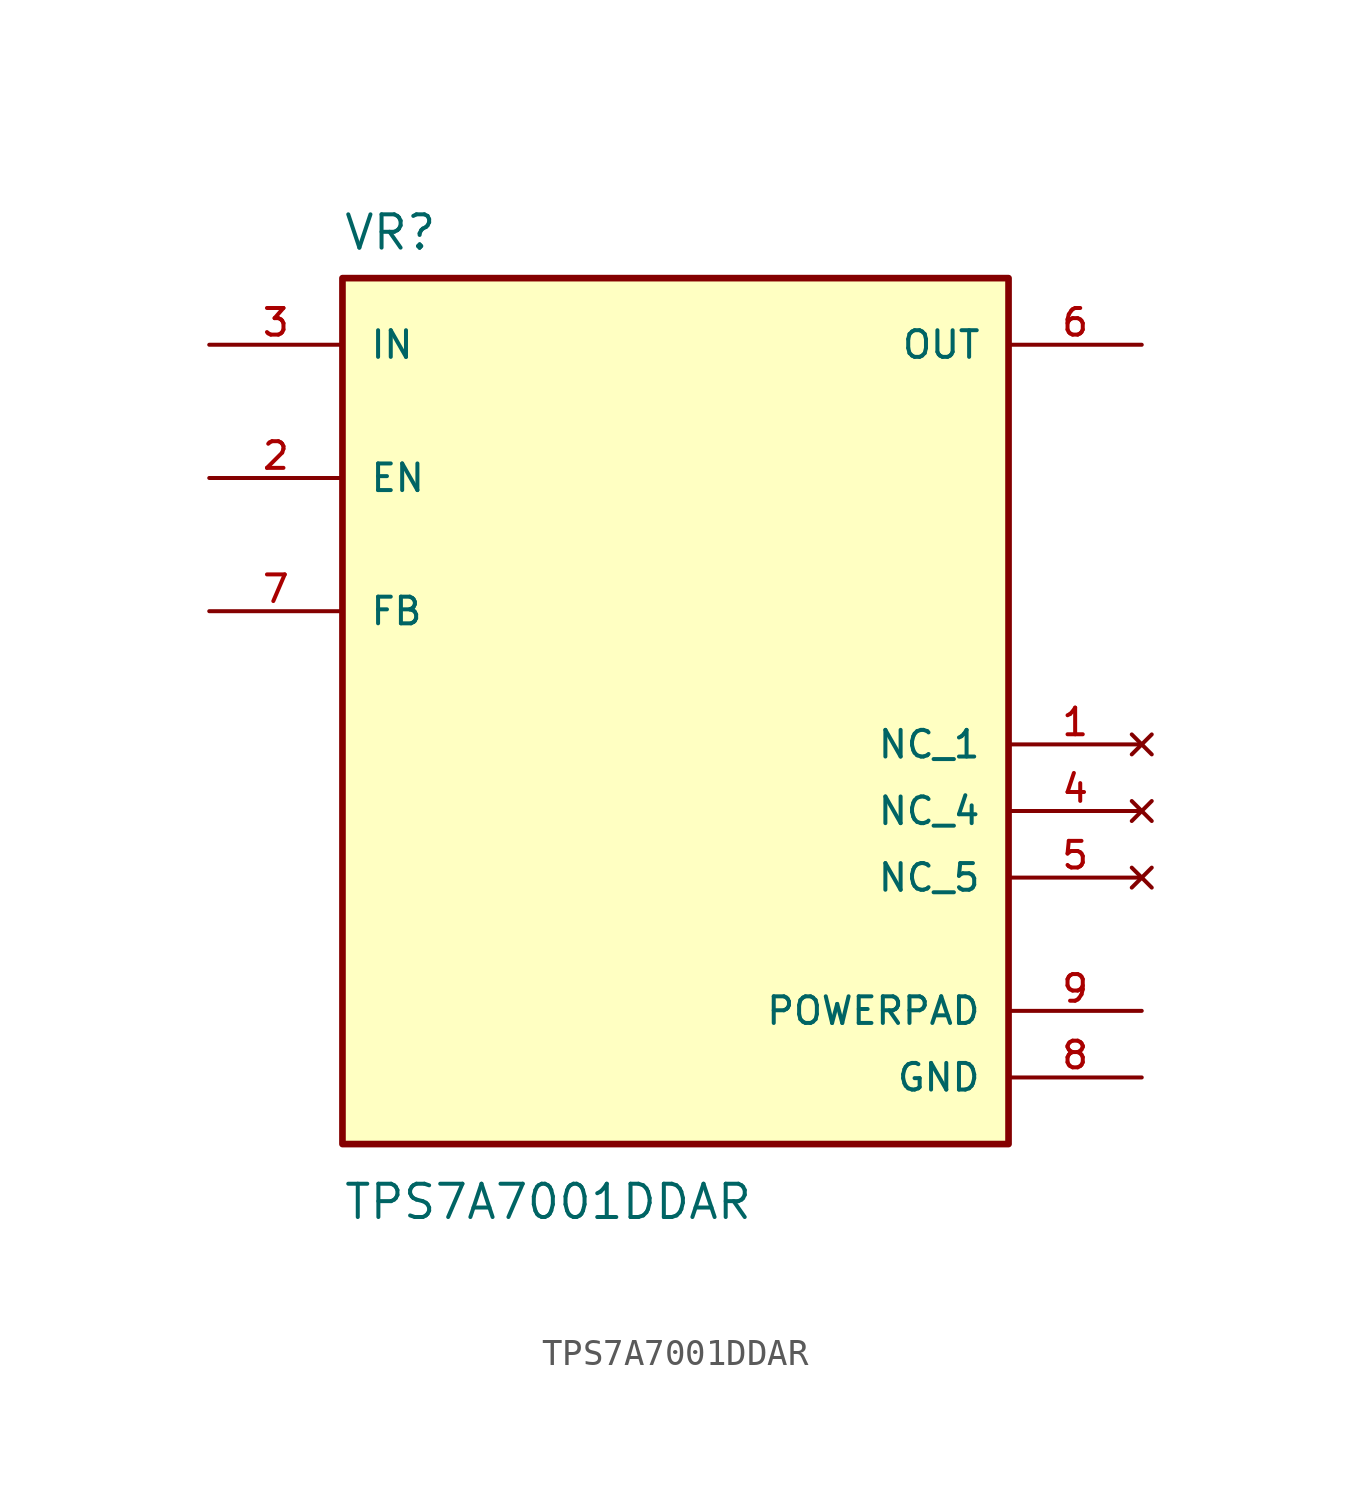
<source format=kicad_sym>
(kicad_symbol_lib
  (version 20211014)
  (generator kicad_symbol_editor)
  (symbol "TPS7A7001DDAR"
    (pin_names
      (offset 1.016))
    (property "Reference" "VR"
      (at -12.7 16.24 0.0)
      (effects (font (size 1.27 1.27)) (justify bottom left)))
    (property "Value" "TPS7A7001DDAR"
      (at -12.7 -19.24 0.0)
      (effects (font (size 1.27 1.27)) (justify top left)))
    (symbol "TPS7A7001DDAR_0_0"
      (rectangle (start -12.7 -17.78) (end 12.7 15.24) (stroke (width 0.254)) (fill (type background)))
      (pin output line (at 17.78 12.7 180.0) (length 5.08) (name "OUT" (effects (font (size 1.016 1.016)))) (number "6" (effects (font (size 1.016 1.016)))))
      (pin input line (at -17.78 2.54 0) (length 5.08) (name "FB" (effects (font (size 1.016 1.016)))) (number "7" (effects (font (size 1.016 1.016)))))
      (pin no_connect line (at 17.78 -2.54 180.0) (length 5.08) (name "NC_1" (effects (font (size 1.016 1.016)))) (number "1" (effects (font (size 1.016 1.016)))))
      (pin input line (at -17.78 7.62 0) (length 5.08) (name "EN" (effects (font (size 1.016 1.016)))) (number "2" (effects (font (size 1.016 1.016)))))
      (pin input line (at -17.78 12.7 0) (length 5.08) (name "IN" (effects (font (size 1.016 1.016)))) (number "3" (effects (font (size 1.016 1.016)))))
      (pin power_in line (at 17.78 -15.24 180.0) (length 5.08) (name "GND" (effects (font (size 1.016 1.016)))) (number "8" (effects (font (size 1.016 1.016)))))
      (pin no_connect line (at 17.78 -5.08 180.0) (length 5.08) (name "NC_4" (effects (font (size 1.016 1.016)))) (number "4" (effects (font (size 1.016 1.016)))))
      (pin no_connect line (at 17.78 -7.62 180.0) (length 5.08) (name "NC_5" (effects (font (size 1.016 1.016)))) (number "5" (effects (font (size 1.016 1.016)))))
      (pin power_in line (at 17.78 -12.7 180.0) (length 5.08) (name "POWERPAD" (effects (font (size 1.016 1.016)))) (number "9" (effects (font (size 1.016 1.016))))))))
</source>
